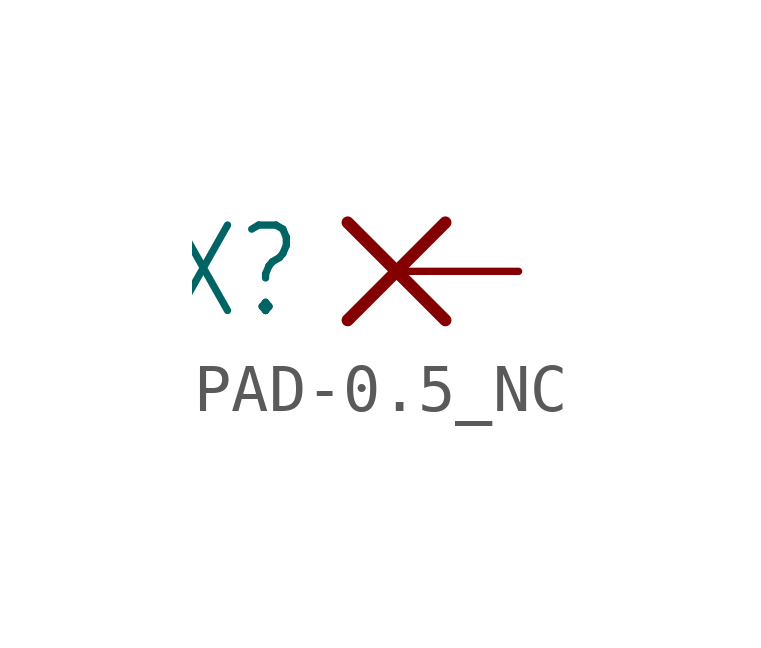
<source format=kicad_sym>
(kicad_symbol_lib
  (version 20211014)
  (generator kicad_symbol_editor)
  (symbol "PAD-0.5_NC"
    (property "Reference" "X"
      (at -1.905 0 0)
      (effects (font (size 1.778 1.511)) (justify right)))
    (property "ki_locked" ""
      (at 0 0 0)
      (effects (font (size 1.27 1.27))))
    (symbol "PAD-0.5_NC_1_0"
      (polyline (pts (xy -1.016 -1.016) (xy 1.016 1.016)) (stroke (width 0.254) (type default) (color 0 0 0 0)) (fill (type none)))
      (polyline (pts (xy -1.016 1.016) (xy 1.016 -1.016)) (stroke (width 0.254) (type default) (color 0 0 0 0)) (fill (type none)))
      (pin passive line (at 2.54 0 180) (length 2.54) (name "P" (effects (font (size 0 0)))) (number "1" (effects (font (size 0 0))))))))
</source>
